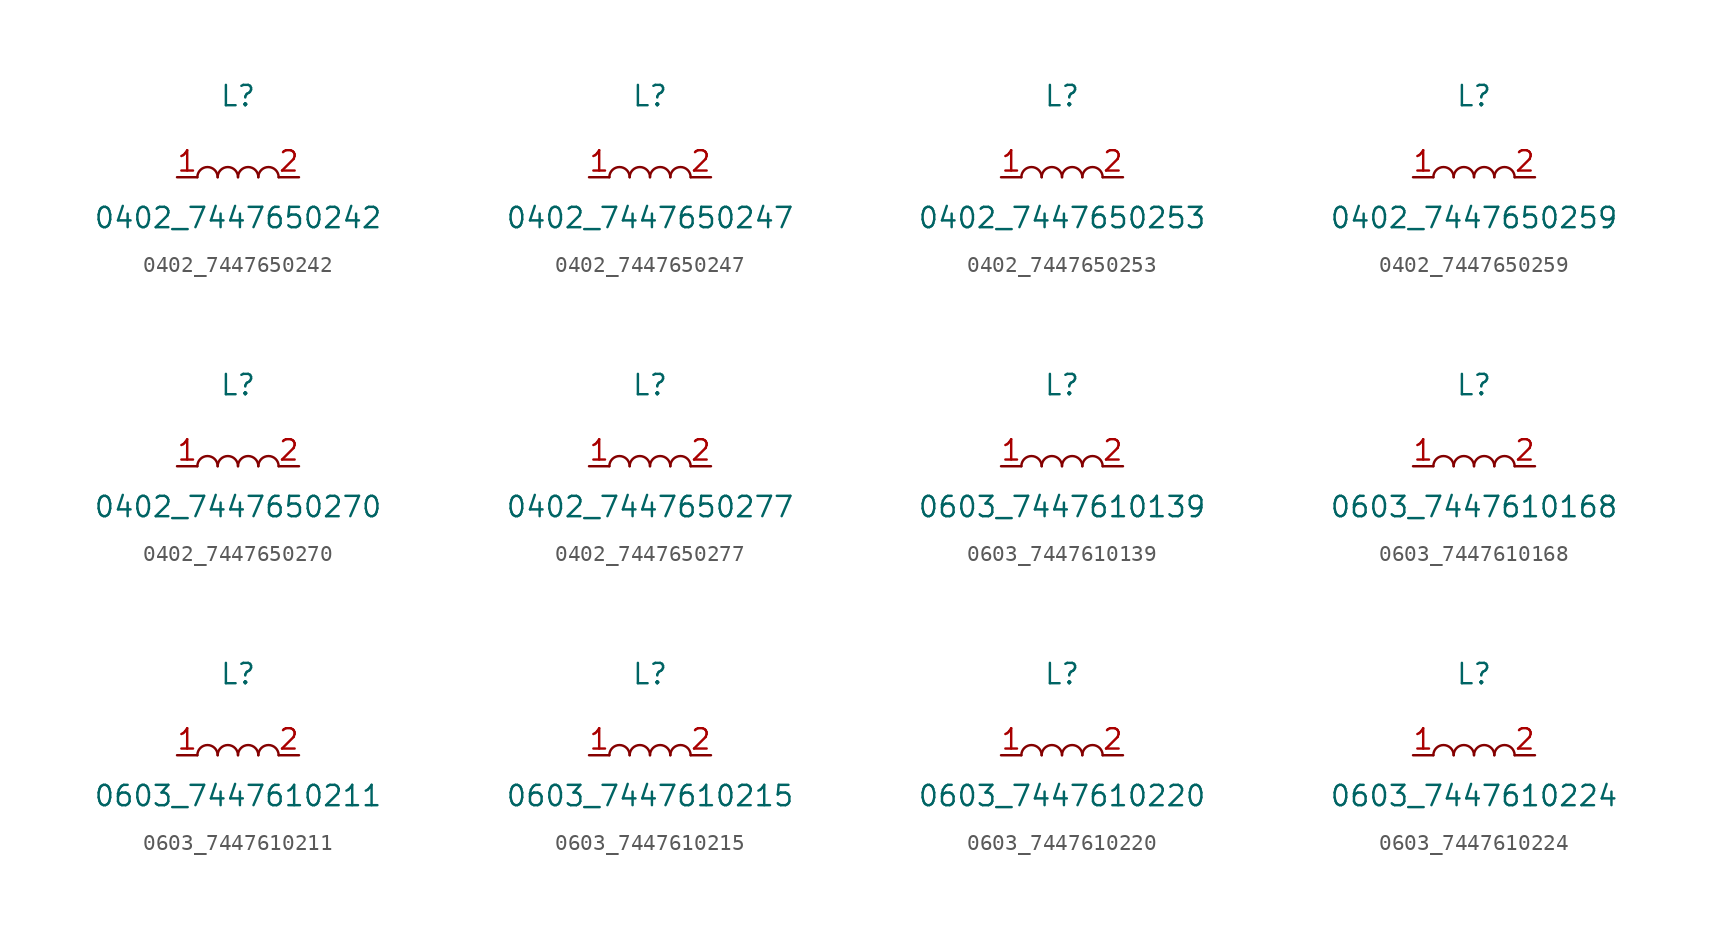
<source format=kicad_sym>
(kicad_symbol_lib
  (version 20220914)
  (generator kicad_symbol_editor)
  (symbol "0402_7447650242"
    (pin_names hide)
    (property "Reference" "L"
      (at 0 5.08 0)
      (effects (font (size 1.27 1.27))))
    (property "Value" "0402_7447650242"
      (at 0 -2.54 0)
      (effects (font (size 1.27 1.27))))
    (symbol "0402_7447650242_0_1"
      (arc (start -1.27 0) (mid -1.905 0.6323) (end -2.54 0) (stroke (width 0) (type default)) (fill (type none)))
      (arc (start 0 0) (mid -0.635 0.6323) (end -1.27 0) (stroke (width 0) (type default)) (fill (type none)))
      (arc (start 1.27 0) (mid 0.635 0.6323) (end 0 0) (stroke (width 0) (type default)) (fill (type none)))
      (arc (start 2.54 0) (mid 1.905 0.6323) (end 1.27 0) (stroke (width 0) (type default)) (fill (type none))))
    (symbol "0402_7447650242_1_1"
      (pin passive line (at -3.81 0 0) (length 1.27) (name "1" (effects (font (size 1.27 1.27)))) (number "1" (effects (font (size 1.27 1.27)))))
      (pin passive line (at 3.81 0 180) (length 1.27) (name "2" (effects (font (size 1.27 1.27)))) (number "2" (effects (font (size 1.27 1.27)))))))
  (symbol "0402_7447650247"
    (pin_names hide)
    (property "Reference" "L"
      (at 0 5.08 0)
      (effects (font (size 1.27 1.27))))
    (property "Value" "0402_7447650247"
      (at 0 -2.54 0)
      (effects (font (size 1.27 1.27))))
    (symbol "0402_7447650247_0_1"
      (arc (start -1.27 0) (mid -1.905 0.6323) (end -2.54 0) (stroke (width 0) (type default)) (fill (type none)))
      (arc (start 0 0) (mid -0.635 0.6323) (end -1.27 0) (stroke (width 0) (type default)) (fill (type none)))
      (arc (start 1.27 0) (mid 0.635 0.6323) (end 0 0) (stroke (width 0) (type default)) (fill (type none)))
      (arc (start 2.54 0) (mid 1.905 0.6323) (end 1.27 0) (stroke (width 0) (type default)) (fill (type none))))
    (symbol "0402_7447650247_1_1"
      (pin passive line (at -3.81 0 0) (length 1.27) (name "1" (effects (font (size 1.27 1.27)))) (number "1" (effects (font (size 1.27 1.27)))))
      (pin passive line (at 3.81 0 180) (length 1.27) (name "2" (effects (font (size 1.27 1.27)))) (number "2" (effects (font (size 1.27 1.27)))))))
  (symbol "0402_7447650253"
    (pin_names hide)
    (property "Reference" "L"
      (at 0 5.08 0)
      (effects (font (size 1.27 1.27))))
    (property "Value" "0402_7447650253"
      (at 0 -2.54 0)
      (effects (font (size 1.27 1.27))))
    (symbol "0402_7447650253_0_1"
      (arc (start -1.27 0) (mid -1.905 0.6323) (end -2.54 0) (stroke (width 0) (type default)) (fill (type none)))
      (arc (start 0 0) (mid -0.635 0.6323) (end -1.27 0) (stroke (width 0) (type default)) (fill (type none)))
      (arc (start 1.27 0) (mid 0.635 0.6323) (end 0 0) (stroke (width 0) (type default)) (fill (type none)))
      (arc (start 2.54 0) (mid 1.905 0.6323) (end 1.27 0) (stroke (width 0) (type default)) (fill (type none))))
    (symbol "0402_7447650253_1_1"
      (pin passive line (at -3.81 0 0) (length 1.27) (name "1" (effects (font (size 1.27 1.27)))) (number "1" (effects (font (size 1.27 1.27)))))
      (pin passive line (at 3.81 0 180) (length 1.27) (name "2" (effects (font (size 1.27 1.27)))) (number "2" (effects (font (size 1.27 1.27)))))))
  (symbol "0402_7447650259"
    (pin_names hide)
    (property "Reference" "L"
      (at 0 5.08 0)
      (effects (font (size 1.27 1.27))))
    (property "Value" "0402_7447650259"
      (at 0 -2.54 0)
      (effects (font (size 1.27 1.27))))
    (symbol "0402_7447650259_0_1"
      (arc (start -1.27 0) (mid -1.905 0.6323) (end -2.54 0) (stroke (width 0) (type default)) (fill (type none)))
      (arc (start 0 0) (mid -0.635 0.6323) (end -1.27 0) (stroke (width 0) (type default)) (fill (type none)))
      (arc (start 1.27 0) (mid 0.635 0.6323) (end 0 0) (stroke (width 0) (type default)) (fill (type none)))
      (arc (start 2.54 0) (mid 1.905 0.6323) (end 1.27 0) (stroke (width 0) (type default)) (fill (type none))))
    (symbol "0402_7447650259_1_1"
      (pin passive line (at -3.81 0 0) (length 1.27) (name "1" (effects (font (size 1.27 1.27)))) (number "1" (effects (font (size 1.27 1.27)))))
      (pin passive line (at 3.81 0 180) (length 1.27) (name "2" (effects (font (size 1.27 1.27)))) (number "2" (effects (font (size 1.27 1.27)))))))
  (symbol "0402_7447650270"
    (pin_names hide)
    (property "Reference" "L"
      (at 0 5.08 0)
      (effects (font (size 1.27 1.27))))
    (property "Value" "0402_7447650270"
      (at 0 -2.54 0)
      (effects (font (size 1.27 1.27))))
    (symbol "0402_7447650270_0_1"
      (arc (start -1.27 0) (mid -1.905 0.6323) (end -2.54 0) (stroke (width 0) (type default)) (fill (type none)))
      (arc (start 0 0) (mid -0.635 0.6323) (end -1.27 0) (stroke (width 0) (type default)) (fill (type none)))
      (arc (start 1.27 0) (mid 0.635 0.6323) (end 0 0) (stroke (width 0) (type default)) (fill (type none)))
      (arc (start 2.54 0) (mid 1.905 0.6323) (end 1.27 0) (stroke (width 0) (type default)) (fill (type none))))
    (symbol "0402_7447650270_1_1"
      (pin passive line (at -3.81 0 0) (length 1.27) (name "1" (effects (font (size 1.27 1.27)))) (number "1" (effects (font (size 1.27 1.27)))))
      (pin passive line (at 3.81 0 180) (length 1.27) (name "2" (effects (font (size 1.27 1.27)))) (number "2" (effects (font (size 1.27 1.27)))))))
  (symbol "0402_7447650277"
    (pin_names hide)
    (property "Reference" "L"
      (at 0 5.08 0)
      (effects (font (size 1.27 1.27))))
    (property "Value" "0402_7447650277"
      (at 0 -2.54 0)
      (effects (font (size 1.27 1.27))))
    (symbol "0402_7447650277_0_1"
      (arc (start -1.27 0) (mid -1.905 0.6323) (end -2.54 0) (stroke (width 0) (type default)) (fill (type none)))
      (arc (start 0 0) (mid -0.635 0.6323) (end -1.27 0) (stroke (width 0) (type default)) (fill (type none)))
      (arc (start 1.27 0) (mid 0.635 0.6323) (end 0 0) (stroke (width 0) (type default)) (fill (type none)))
      (arc (start 2.54 0) (mid 1.905 0.6323) (end 1.27 0) (stroke (width 0) (type default)) (fill (type none))))
    (symbol "0402_7447650277_1_1"
      (pin passive line (at -3.81 0 0) (length 1.27) (name "1" (effects (font (size 1.27 1.27)))) (number "1" (effects (font (size 1.27 1.27)))))
      (pin passive line (at 3.81 0 180) (length 1.27) (name "2" (effects (font (size 1.27 1.27)))) (number "2" (effects (font (size 1.27 1.27)))))))
  (symbol "0603_7447610139"
    (pin_names hide)
    (property "Reference" "L"
      (at 0 5.08 0)
      (effects (font (size 1.27 1.27))))
    (property "Value" "0603_7447610139"
      (at 0 -2.54 0)
      (effects (font (size 1.27 1.27))))
    (symbol "0603_7447610139_0_1"
      (arc (start -1.27 0) (mid -1.905 0.6323) (end -2.54 0) (stroke (width 0) (type default)) (fill (type none)))
      (arc (start 0 0) (mid -0.635 0.6323) (end -1.27 0) (stroke (width 0) (type default)) (fill (type none)))
      (arc (start 1.27 0) (mid 0.635 0.6323) (end 0 0) (stroke (width 0) (type default)) (fill (type none)))
      (arc (start 2.54 0) (mid 1.905 0.6323) (end 1.27 0) (stroke (width 0) (type default)) (fill (type none))))
    (symbol "0603_7447610139_1_1"
      (pin passive line (at -3.81 0 0) (length 1.27) (name "1" (effects (font (size 1.27 1.27)))) (number "1" (effects (font (size 1.27 1.27)))))
      (pin passive line (at 3.81 0 180) (length 1.27) (name "2" (effects (font (size 1.27 1.27)))) (number "2" (effects (font (size 1.27 1.27)))))))
  (symbol "0603_7447610168"
    (pin_names hide)
    (property "Reference" "L"
      (at 0 5.08 0)
      (effects (font (size 1.27 1.27))))
    (property "Value" "0603_7447610168"
      (at 0 -2.54 0)
      (effects (font (size 1.27 1.27))))
    (symbol "0603_7447610168_0_1"
      (arc (start -1.27 0) (mid -1.905 0.6323) (end -2.54 0) (stroke (width 0) (type default)) (fill (type none)))
      (arc (start 0 0) (mid -0.635 0.6323) (end -1.27 0) (stroke (width 0) (type default)) (fill (type none)))
      (arc (start 1.27 0) (mid 0.635 0.6323) (end 0 0) (stroke (width 0) (type default)) (fill (type none)))
      (arc (start 2.54 0) (mid 1.905 0.6323) (end 1.27 0) (stroke (width 0) (type default)) (fill (type none))))
    (symbol "0603_7447610168_1_1"
      (pin passive line (at -3.81 0 0) (length 1.27) (name "1" (effects (font (size 1.27 1.27)))) (number "1" (effects (font (size 1.27 1.27)))))
      (pin passive line (at 3.81 0 180) (length 1.27) (name "2" (effects (font (size 1.27 1.27)))) (number "2" (effects (font (size 1.27 1.27)))))))
  (symbol "0603_7447610211"
    (pin_names hide)
    (property "Reference" "L"
      (at 0 5.08 0)
      (effects (font (size 1.27 1.27))))
    (property "Value" "0603_7447610211"
      (at 0 -2.54 0)
      (effects (font (size 1.27 1.27))))
    (symbol "0603_7447610211_0_1"
      (arc (start -1.27 0) (mid -1.905 0.6323) (end -2.54 0) (stroke (width 0) (type default)) (fill (type none)))
      (arc (start 0 0) (mid -0.635 0.6323) (end -1.27 0) (stroke (width 0) (type default)) (fill (type none)))
      (arc (start 1.27 0) (mid 0.635 0.6323) (end 0 0) (stroke (width 0) (type default)) (fill (type none)))
      (arc (start 2.54 0) (mid 1.905 0.6323) (end 1.27 0) (stroke (width 0) (type default)) (fill (type none))))
    (symbol "0603_7447610211_1_1"
      (pin passive line (at -3.81 0 0) (length 1.27) (name "1" (effects (font (size 1.27 1.27)))) (number "1" (effects (font (size 1.27 1.27)))))
      (pin passive line (at 3.81 0 180) (length 1.27) (name "2" (effects (font (size 1.27 1.27)))) (number "2" (effects (font (size 1.27 1.27)))))))
  (symbol "0603_7447610215"
    (pin_names hide)
    (property "Reference" "L"
      (at 0 5.08 0)
      (effects (font (size 1.27 1.27))))
    (property "Value" "0603_7447610215"
      (at 0 -2.54 0)
      (effects (font (size 1.27 1.27))))
    (symbol "0603_7447610215_0_1"
      (arc (start -1.27 0) (mid -1.905 0.6323) (end -2.54 0) (stroke (width 0) (type default)) (fill (type none)))
      (arc (start 0 0) (mid -0.635 0.6323) (end -1.27 0) (stroke (width 0) (type default)) (fill (type none)))
      (arc (start 1.27 0) (mid 0.635 0.6323) (end 0 0) (stroke (width 0) (type default)) (fill (type none)))
      (arc (start 2.54 0) (mid 1.905 0.6323) (end 1.27 0) (stroke (width 0) (type default)) (fill (type none))))
    (symbol "0603_7447610215_1_1"
      (pin passive line (at -3.81 0 0) (length 1.27) (name "1" (effects (font (size 1.27 1.27)))) (number "1" (effects (font (size 1.27 1.27)))))
      (pin passive line (at 3.81 0 180) (length 1.27) (name "2" (effects (font (size 1.27 1.27)))) (number "2" (effects (font (size 1.27 1.27)))))))
  (symbol "0603_7447610220"
    (pin_names hide)
    (property "Reference" "L"
      (at 0 5.08 0)
      (effects (font (size 1.27 1.27))))
    (property "Value" "0603_7447610220"
      (at 0 -2.54 0)
      (effects (font (size 1.27 1.27))))
    (symbol "0603_7447610220_0_1"
      (arc (start -1.27 0) (mid -1.905 0.6323) (end -2.54 0) (stroke (width 0) (type default)) (fill (type none)))
      (arc (start 0 0) (mid -0.635 0.6323) (end -1.27 0) (stroke (width 0) (type default)) (fill (type none)))
      (arc (start 1.27 0) (mid 0.635 0.6323) (end 0 0) (stroke (width 0) (type default)) (fill (type none)))
      (arc (start 2.54 0) (mid 1.905 0.6323) (end 1.27 0) (stroke (width 0) (type default)) (fill (type none))))
    (symbol "0603_7447610220_1_1"
      (pin passive line (at -3.81 0 0) (length 1.27) (name "1" (effects (font (size 1.27 1.27)))) (number "1" (effects (font (size 1.27 1.27)))))
      (pin passive line (at 3.81 0 180) (length 1.27) (name "2" (effects (font (size 1.27 1.27)))) (number "2" (effects (font (size 1.27 1.27)))))))
  (symbol "0603_7447610224"
    (pin_names hide)
    (property "Reference" "L"
      (at 0 5.08 0)
      (effects (font (size 1.27 1.27))))
    (property "Value" "0603_7447610224"
      (at 0 -2.54 0)
      (effects (font (size 1.27 1.27))))
    (symbol "0603_7447610224_0_1"
      (arc (start -1.27 0) (mid -1.905 0.6323) (end -2.54 0) (stroke (width 0) (type default)) (fill (type none)))
      (arc (start 0 0) (mid -0.635 0.6323) (end -1.27 0) (stroke (width 0) (type default)) (fill (type none)))
      (arc (start 1.27 0) (mid 0.635 0.6323) (end 0 0) (stroke (width 0) (type default)) (fill (type none)))
      (arc (start 2.54 0) (mid 1.905 0.6323) (end 1.27 0) (stroke (width 0) (type default)) (fill (type none))))
    (symbol "0603_7447610224_1_1"
      (pin passive line (at -3.81 0 0) (length 1.27) (name "1" (effects (font (size 1.27 1.27)))) (number "1" (effects (font (size 1.27 1.27)))))
      (pin passive line (at 3.81 0 180) (length 1.27) (name "2" (effects (font (size 1.27 1.27)))) (number "2" (effects (font (size 1.27 1.27))))))))
</source>
